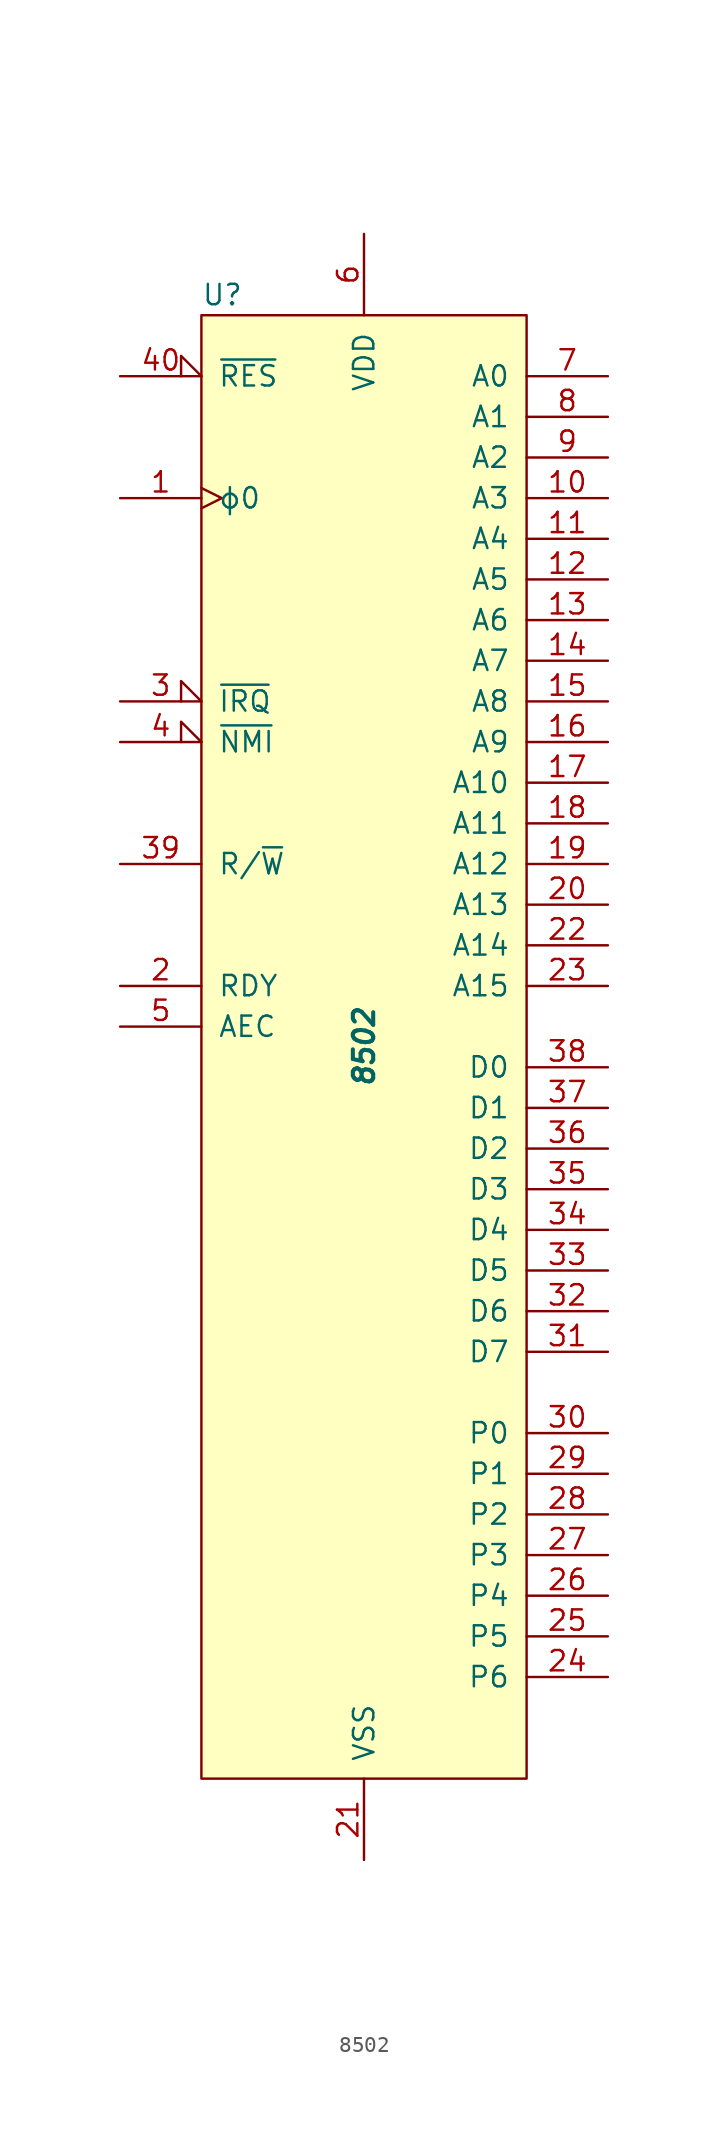
<source format=kicad_sym>
(kicad_symbol_lib
  (version 20241209)
  (generator "kicad_symbol_editor")
  (generator_version "9.0")
  (symbol "8502"
    (pin_names
      (offset 1.016))
    (property "Reference" "U"
      (at -10.16 46.99 0)
      (effects (font (size 1.27 1.27)) (justify left)))
    (property "Value" "8502"
      (at 0 0 90)
      (effects (font (size 1.27 1.27) (bold yes) (italic yes))))
    (symbol "8502_0_1"
      (rectangle (start -10.16 45.72) (end 10.16 -45.72) (stroke (width 0) (type solid)) (fill (type background))))
    (symbol "8502_1_1"
      (pin input input_low (at -15.24 41.91 0) (length 5.08) (name "~{RES}" (effects (font (size 1.27 1.27)))) (number "40" (effects (font (size 1.27 1.27)))))
      (pin input clock (at -15.24 34.29 0) (length 5.08) (name "ϕ0" (effects (font (size 1.27 1.27)))) (number "1" (effects (font (size 1.27 1.27)))))
      (pin input input_low (at -15.24 21.59 0) (length 5.08) (name "~{IRQ}" (effects (font (size 1.27 1.27)))) (number "3" (effects (font (size 1.27 1.27)))))
      (pin input input_low (at -15.24 19.05 0) (length 5.08) (name "~{NMI}" (effects (font (size 1.27 1.27)))) (number "4" (effects (font (size 1.27 1.27)))))
      (pin tri_state line (at -15.24 11.43 0) (length 5.08) (name "R/~{W}" (effects (font (size 1.27 1.27)))) (number "39" (effects (font (size 1.27 1.27)))))
      (pin input line (at -15.24 3.81 0) (length 5.08) (name "RDY" (effects (font (size 1.27 1.27)))) (number "2" (effects (font (size 1.27 1.27)))))
      (pin input line (at -15.24 1.27 0) (length 5.08) (name "AEC" (effects (font (size 1.27 1.27)))) (number "5" (effects (font (size 1.27 1.27)))))
      (pin power_in line (at 0 50.8 270) (length 5.08) (name "VDD" (effects (font (size 1.27 1.27)))) (number "6" (effects (font (size 1.27 1.27)))))
      (pin power_in line (at 0 -50.8 90) (length 5.08) (name "VSS" (effects (font (size 1.27 1.27)))) (number "21" (effects (font (size 1.27 1.27)))))
      (pin tri_state line (at 15.24 41.91 180) (length 5.08) (name "A0" (effects (font (size 1.27 1.27)))) (number "7" (effects (font (size 1.27 1.27)))))
      (pin tri_state line (at 15.24 39.37 180) (length 5.08) (name "A1" (effects (font (size 1.27 1.27)))) (number "8" (effects (font (size 1.27 1.27)))))
      (pin tri_state line (at 15.24 36.83 180) (length 5.08) (name "A2" (effects (font (size 1.27 1.27)))) (number "9" (effects (font (size 1.27 1.27)))))
      (pin tri_state line (at 15.24 34.29 180) (length 5.08) (name "A3" (effects (font (size 1.27 1.27)))) (number "10" (effects (font (size 1.27 1.27)))))
      (pin tri_state line (at 15.24 31.75 180) (length 5.08) (name "A4" (effects (font (size 1.27 1.27)))) (number "11" (effects (font (size 1.27 1.27)))))
      (pin tri_state line (at 15.24 29.21 180) (length 5.08) (name "A5" (effects (font (size 1.27 1.27)))) (number "12" (effects (font (size 1.27 1.27)))))
      (pin tri_state line (at 15.24 26.67 180) (length 5.08) (name "A6" (effects (font (size 1.27 1.27)))) (number "13" (effects (font (size 1.27 1.27)))))
      (pin tri_state line (at 15.24 24.13 180) (length 5.08) (name "A7" (effects (font (size 1.27 1.27)))) (number "14" (effects (font (size 1.27 1.27)))))
      (pin tri_state line (at 15.24 21.59 180) (length 5.08) (name "A8" (effects (font (size 1.27 1.27)))) (number "15" (effects (font (size 1.27 1.27)))))
      (pin tri_state line (at 15.24 19.05 180) (length 5.08) (name "A9" (effects (font (size 1.27 1.27)))) (number "16" (effects (font (size 1.27 1.27)))))
      (pin tri_state line (at 15.24 16.51 180) (length 5.08) (name "A10" (effects (font (size 1.27 1.27)))) (number "17" (effects (font (size 1.27 1.27)))))
      (pin tri_state line (at 15.24 13.97 180) (length 5.08) (name "A11" (effects (font (size 1.27 1.27)))) (number "18" (effects (font (size 1.27 1.27)))))
      (pin tri_state line (at 15.24 11.43 180) (length 5.08) (name "A12" (effects (font (size 1.27 1.27)))) (number "19" (effects (font (size 1.27 1.27)))))
      (pin tri_state line (at 15.24 8.89 180) (length 5.08) (name "A13" (effects (font (size 1.27 1.27)))) (number "20" (effects (font (size 1.27 1.27)))))
      (pin tri_state line (at 15.24 6.35 180) (length 5.08) (name "A14" (effects (font (size 1.27 1.27)))) (number "22" (effects (font (size 1.27 1.27)))))
      (pin tri_state line (at 15.24 3.81 180) (length 5.08) (name "A15" (effects (font (size 1.27 1.27)))) (number "23" (effects (font (size 1.27 1.27)))))
      (pin bidirectional line (at 15.24 -1.27 180) (length 5.08) (name "D0" (effects (font (size 1.27 1.27)))) (number "38" (effects (font (size 1.27 1.27)))))
      (pin bidirectional line (at 15.24 -3.81 180) (length 5.08) (name "D1" (effects (font (size 1.27 1.27)))) (number "37" (effects (font (size 1.27 1.27)))))
      (pin bidirectional line (at 15.24 -6.35 180) (length 5.08) (name "D2" (effects (font (size 1.27 1.27)))) (number "36" (effects (font (size 1.27 1.27)))))
      (pin bidirectional line (at 15.24 -8.89 180) (length 5.08) (name "D3" (effects (font (size 1.27 1.27)))) (number "35" (effects (font (size 1.27 1.27)))))
      (pin bidirectional line (at 15.24 -11.43 180) (length 5.08) (name "D4" (effects (font (size 1.27 1.27)))) (number "34" (effects (font (size 1.27 1.27)))))
      (pin bidirectional line (at 15.24 -13.97 180) (length 5.08) (name "D5" (effects (font (size 1.27 1.27)))) (number "33" (effects (font (size 1.27 1.27)))))
      (pin bidirectional line (at 15.24 -16.51 180) (length 5.08) (name "D6" (effects (font (size 1.27 1.27)))) (number "32" (effects (font (size 1.27 1.27)))))
      (pin bidirectional line (at 15.24 -19.05 180) (length 5.08) (name "D7" (effects (font (size 1.27 1.27)))) (number "31" (effects (font (size 1.27 1.27)))))
      (pin bidirectional line (at 15.24 -24.13 180) (length 5.08) (name "P0" (effects (font (size 1.27 1.27)))) (number "30" (effects (font (size 1.27 1.27)))))
      (pin bidirectional line (at 15.24 -26.67 180) (length 5.08) (name "P1" (effects (font (size 1.27 1.27)))) (number "29" (effects (font (size 1.27 1.27)))))
      (pin bidirectional line (at 15.24 -29.21 180) (length 5.08) (name "P2" (effects (font (size 1.27 1.27)))) (number "28" (effects (font (size 1.27 1.27)))))
      (pin bidirectional line (at 15.24 -31.75 180) (length 5.08) (name "P3" (effects (font (size 1.27 1.27)))) (number "27" (effects (font (size 1.27 1.27)))))
      (pin bidirectional line (at 15.24 -34.29 180) (length 5.08) (name "P4" (effects (font (size 1.27 1.27)))) (number "26" (effects (font (size 1.27 1.27)))))
      (pin bidirectional line (at 15.24 -36.83 180) (length 5.08) (name "P5" (effects (font (size 1.27 1.27)))) (number "25" (effects (font (size 1.27 1.27)))))
      (pin power_in line (at 15.24 -39.37 180) (length 5.08) (name "P6" (effects (font (size 1.27 1.27)))) (number "24" (effects (font (size 1.27 1.27))))))))
</source>
